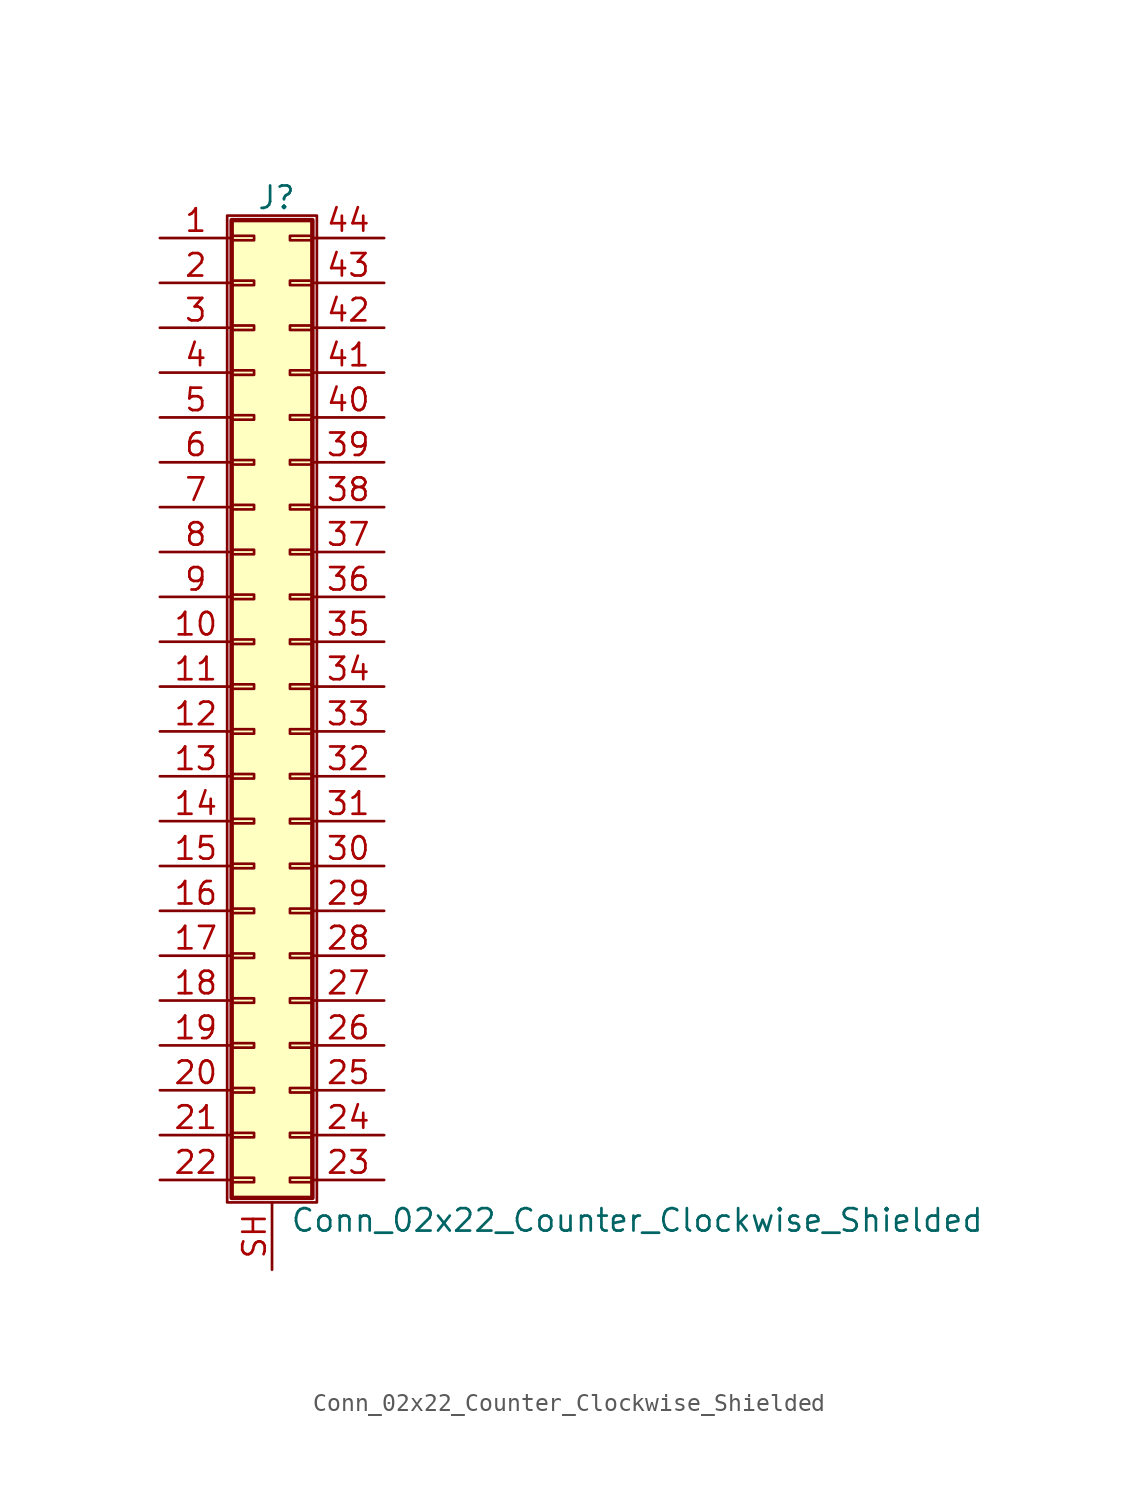
<source format=kicad_sym>
(kicad_symbol_lib
  (version 20201005)
  (generator kicad_symbol_editor)
  (symbol "Conn_02x22_Counter_Clockwise_Shielded"
    (pin_names
      (offset 1.016) hide)
    (property "Reference" "J"
      (at 1.524 27.686 0)
      (effects (font (size 1.27 1.27))))
    (property "Value" "Conn_02x22_Counter_Clockwise_Shielded"
      (at 2.286 -30.226 0)
      (effects (font (size 1.27 1.27)) (justify left)))
    (symbol "Conn_02x22_Counter_Clockwise_Shielded_1_1"
      (rectangle (start -1.27 26.67) (end 3.81 -29.21) (stroke (width 0.152)) (fill (type none)))
      (rectangle (start -1.016 -27.813) (end 0.254 -28.067) (stroke (width 0.152)) (fill (type none)))
      (rectangle (start -1.016 -25.273) (end 0.254 -25.527) (stroke (width 0.152)) (fill (type none)))
      (rectangle (start -1.016 -22.733) (end 0.254 -22.987) (stroke (width 0.152)) (fill (type none)))
      (rectangle (start -1.016 -20.193) (end 0.254 -20.447) (stroke (width 0.152)) (fill (type none)))
      (rectangle (start -1.016 -17.653) (end 0.254 -17.907) (stroke (width 0.152)) (fill (type none)))
      (rectangle (start -1.016 -15.113) (end 0.254 -15.367) (stroke (width 0.152)) (fill (type none)))
      (rectangle (start -1.016 -12.573) (end 0.254 -12.827) (stroke (width 0.152)) (fill (type none)))
      (rectangle (start -1.016 -10.033) (end 0.254 -10.287) (stroke (width 0.152)) (fill (type none)))
      (rectangle (start -1.016 -7.493) (end 0.254 -7.747) (stroke (width 0.152)) (fill (type none)))
      (rectangle (start -1.016 -4.953) (end 0.254 -5.207) (stroke (width 0.152)) (fill (type none)))
      (rectangle (start -1.016 -2.413) (end 0.254 -2.667) (stroke (width 0.152)) (fill (type none)))
      (rectangle (start -1.016 0.127) (end 0.254 -0.127) (stroke (width 0.152)) (fill (type none)))
      (rectangle (start -1.016 2.667) (end 0.254 2.413) (stroke (width 0.152)) (fill (type none)))
      (rectangle (start -1.016 5.207) (end 0.254 4.953) (stroke (width 0.152)) (fill (type none)))
      (rectangle (start -1.016 7.747) (end 0.254 7.493) (stroke (width 0.152)) (fill (type none)))
      (rectangle (start -1.016 10.287) (end 0.254 10.033) (stroke (width 0.152)) (fill (type none)))
      (rectangle (start -1.016 12.827) (end 0.254 12.573) (stroke (width 0.152)) (fill (type none)))
      (rectangle (start -1.016 15.367) (end 0.254 15.113) (stroke (width 0.152)) (fill (type none)))
      (rectangle (start -1.016 17.907) (end 0.254 17.653) (stroke (width 0.152)) (fill (type none)))
      (rectangle (start -1.016 20.447) (end 0.254 20.193) (stroke (width 0.152)) (fill (type none)))
      (rectangle (start -1.016 22.987) (end 0.254 22.733) (stroke (width 0.152)) (fill (type none)))
      (rectangle (start -1.016 25.527) (end 0.254 25.273) (stroke (width 0.152)) (fill (type none)))
      (rectangle (start -1.016 26.416) (end 3.556 -28.956) (stroke (width 0.254)) (fill (type background)))
      (rectangle (start 3.556 -27.813) (end 2.286 -28.067) (stroke (width 0.152)) (fill (type none)))
      (rectangle (start 3.556 -25.273) (end 2.286 -25.527) (stroke (width 0.152)) (fill (type none)))
      (rectangle (start 3.556 -22.733) (end 2.286 -22.987) (stroke (width 0.152)) (fill (type none)))
      (rectangle (start 3.556 -20.193) (end 2.286 -20.447) (stroke (width 0.152)) (fill (type none)))
      (rectangle (start 3.556 -17.653) (end 2.286 -17.907) (stroke (width 0.152)) (fill (type none)))
      (rectangle (start 3.556 -15.113) (end 2.286 -15.367) (stroke (width 0.152)) (fill (type none)))
      (rectangle (start 3.556 -12.573) (end 2.286 -12.827) (stroke (width 0.152)) (fill (type none)))
      (rectangle (start 3.556 -10.033) (end 2.286 -10.287) (stroke (width 0.152)) (fill (type none)))
      (rectangle (start 3.556 -7.493) (end 2.286 -7.747) (stroke (width 0.152)) (fill (type none)))
      (rectangle (start 3.556 -4.953) (end 2.286 -5.207) (stroke (width 0.152)) (fill (type none)))
      (rectangle (start 3.556 -2.413) (end 2.286 -2.667) (stroke (width 0.152)) (fill (type none)))
      (rectangle (start 3.556 0.127) (end 2.286 -0.127) (stroke (width 0.152)) (fill (type none)))
      (rectangle (start 3.556 2.667) (end 2.286 2.413) (stroke (width 0.152)) (fill (type none)))
      (rectangle (start 3.556 5.207) (end 2.286 4.953) (stroke (width 0.152)) (fill (type none)))
      (rectangle (start 3.556 7.747) (end 2.286 7.493) (stroke (width 0.152)) (fill (type none)))
      (rectangle (start 3.556 10.287) (end 2.286 10.033) (stroke (width 0.152)) (fill (type none)))
      (rectangle (start 3.556 12.827) (end 2.286 12.573) (stroke (width 0.152)) (fill (type none)))
      (rectangle (start 3.556 15.367) (end 2.286 15.113) (stroke (width 0.152)) (fill (type none)))
      (rectangle (start 3.556 17.907) (end 2.286 17.653) (stroke (width 0.152)) (fill (type none)))
      (rectangle (start 3.556 20.447) (end 2.286 20.193) (stroke (width 0.152)) (fill (type none)))
      (rectangle (start 3.556 22.987) (end 2.286 22.733) (stroke (width 0.152)) (fill (type none)))
      (rectangle (start 3.556 25.527) (end 2.286 25.273) (stroke (width 0.152)) (fill (type none)))
      (pin passive line (at -5.08 25.4 0) (length 4.064) (name "Pin_1" (effects (font (size 1.27 1.27)))) (number "1" (effects (font (size 1.27 1.27)))))
      (pin passive line (at -5.08 2.54 0) (length 4.064) (name "Pin_10" (effects (font (size 1.27 1.27)))) (number "10" (effects (font (size 1.27 1.27)))))
      (pin passive line (at -5.08 0 0) (length 4.064) (name "Pin_11" (effects (font (size 1.27 1.27)))) (number "11" (effects (font (size 1.27 1.27)))))
      (pin passive line (at -5.08 -2.54 0) (length 4.064) (name "Pin_12" (effects (font (size 1.27 1.27)))) (number "12" (effects (font (size 1.27 1.27)))))
      (pin passive line (at -5.08 -5.08 0) (length 4.064) (name "Pin_13" (effects (font (size 1.27 1.27)))) (number "13" (effects (font (size 1.27 1.27)))))
      (pin passive line (at -5.08 -7.62 0) (length 4.064) (name "Pin_14" (effects (font (size 1.27 1.27)))) (number "14" (effects (font (size 1.27 1.27)))))
      (pin passive line (at -5.08 -10.16 0) (length 4.064) (name "Pin_15" (effects (font (size 1.27 1.27)))) (number "15" (effects (font (size 1.27 1.27)))))
      (pin passive line (at -5.08 -12.7 0) (length 4.064) (name "Pin_16" (effects (font (size 1.27 1.27)))) (number "16" (effects (font (size 1.27 1.27)))))
      (pin passive line (at -5.08 -15.24 0) (length 4.064) (name "Pin_17" (effects (font (size 1.27 1.27)))) (number "17" (effects (font (size 1.27 1.27)))))
      (pin passive line (at -5.08 -17.78 0) (length 4.064) (name "Pin_18" (effects (font (size 1.27 1.27)))) (number "18" (effects (font (size 1.27 1.27)))))
      (pin passive line (at -5.08 -20.32 0) (length 4.064) (name "Pin_19" (effects (font (size 1.27 1.27)))) (number "19" (effects (font (size 1.27 1.27)))))
      (pin passive line (at -5.08 22.86 0) (length 4.064) (name "Pin_2" (effects (font (size 1.27 1.27)))) (number "2" (effects (font (size 1.27 1.27)))))
      (pin passive line (at -5.08 -22.86 0) (length 4.064) (name "Pin_20" (effects (font (size 1.27 1.27)))) (number "20" (effects (font (size 1.27 1.27)))))
      (pin passive line (at -5.08 -25.4 0) (length 4.064) (name "Pin_21" (effects (font (size 1.27 1.27)))) (number "21" (effects (font (size 1.27 1.27)))))
      (pin passive line (at -5.08 -27.94 0) (length 4.064) (name "Pin_22" (effects (font (size 1.27 1.27)))) (number "22" (effects (font (size 1.27 1.27)))))
      (pin passive line (at 7.62 -27.94 180) (length 4.064) (name "Pin_23" (effects (font (size 1.27 1.27)))) (number "23" (effects (font (size 1.27 1.27)))))
      (pin passive line (at 7.62 -25.4 180) (length 4.064) (name "Pin_24" (effects (font (size 1.27 1.27)))) (number "24" (effects (font (size 1.27 1.27)))))
      (pin passive line (at 7.62 -22.86 180) (length 4.064) (name "Pin_25" (effects (font (size 1.27 1.27)))) (number "25" (effects (font (size 1.27 1.27)))))
      (pin passive line (at 7.62 -20.32 180) (length 4.064) (name "Pin_26" (effects (font (size 1.27 1.27)))) (number "26" (effects (font (size 1.27 1.27)))))
      (pin passive line (at 7.62 -17.78 180) (length 4.064) (name "Pin_27" (effects (font (size 1.27 1.27)))) (number "27" (effects (font (size 1.27 1.27)))))
      (pin passive line (at 7.62 -15.24 180) (length 4.064) (name "Pin_28" (effects (font (size 1.27 1.27)))) (number "28" (effects (font (size 1.27 1.27)))))
      (pin passive line (at 7.62 -12.7 180) (length 4.064) (name "Pin_29" (effects (font (size 1.27 1.27)))) (number "29" (effects (font (size 1.27 1.27)))))
      (pin passive line (at -5.08 20.32 0) (length 4.064) (name "Pin_3" (effects (font (size 1.27 1.27)))) (number "3" (effects (font (size 1.27 1.27)))))
      (pin passive line (at 7.62 -10.16 180) (length 4.064) (name "Pin_30" (effects (font (size 1.27 1.27)))) (number "30" (effects (font (size 1.27 1.27)))))
      (pin passive line (at 7.62 -7.62 180) (length 4.064) (name "Pin_31" (effects (font (size 1.27 1.27)))) (number "31" (effects (font (size 1.27 1.27)))))
      (pin passive line (at 7.62 -5.08 180) (length 4.064) (name "Pin_32" (effects (font (size 1.27 1.27)))) (number "32" (effects (font (size 1.27 1.27)))))
      (pin passive line (at 7.62 -2.54 180) (length 4.064) (name "Pin_33" (effects (font (size 1.27 1.27)))) (number "33" (effects (font (size 1.27 1.27)))))
      (pin passive line (at 7.62 0 180) (length 4.064) (name "Pin_34" (effects (font (size 1.27 1.27)))) (number "34" (effects (font (size 1.27 1.27)))))
      (pin passive line (at 7.62 2.54 180) (length 4.064) (name "Pin_35" (effects (font (size 1.27 1.27)))) (number "35" (effects (font (size 1.27 1.27)))))
      (pin passive line (at 7.62 5.08 180) (length 4.064) (name "Pin_36" (effects (font (size 1.27 1.27)))) (number "36" (effects (font (size 1.27 1.27)))))
      (pin passive line (at 7.62 7.62 180) (length 4.064) (name "Pin_37" (effects (font (size 1.27 1.27)))) (number "37" (effects (font (size 1.27 1.27)))))
      (pin passive line (at 7.62 10.16 180) (length 4.064) (name "Pin_38" (effects (font (size 1.27 1.27)))) (number "38" (effects (font (size 1.27 1.27)))))
      (pin passive line (at 7.62 12.7 180) (length 4.064) (name "Pin_39" (effects (font (size 1.27 1.27)))) (number "39" (effects (font (size 1.27 1.27)))))
      (pin passive line (at -5.08 17.78 0) (length 4.064) (name "Pin_4" (effects (font (size 1.27 1.27)))) (number "4" (effects (font (size 1.27 1.27)))))
      (pin passive line (at 7.62 15.24 180) (length 4.064) (name "Pin_40" (effects (font (size 1.27 1.27)))) (number "40" (effects (font (size 1.27 1.27)))))
      (pin passive line (at 7.62 17.78 180) (length 4.064) (name "Pin_41" (effects (font (size 1.27 1.27)))) (number "41" (effects (font (size 1.27 1.27)))))
      (pin passive line (at 7.62 20.32 180) (length 4.064) (name "Pin_42" (effects (font (size 1.27 1.27)))) (number "42" (effects (font (size 1.27 1.27)))))
      (pin passive line (at 7.62 22.86 180) (length 4.064) (name "Pin_43" (effects (font (size 1.27 1.27)))) (number "43" (effects (font (size 1.27 1.27)))))
      (pin passive line (at 7.62 25.4 180) (length 4.064) (name "Pin_44" (effects (font (size 1.27 1.27)))) (number "44" (effects (font (size 1.27 1.27)))))
      (pin passive line (at -5.08 15.24 0) (length 4.064) (name "Pin_5" (effects (font (size 1.27 1.27)))) (number "5" (effects (font (size 1.27 1.27)))))
      (pin passive line (at -5.08 12.7 0) (length 4.064) (name "Pin_6" (effects (font (size 1.27 1.27)))) (number "6" (effects (font (size 1.27 1.27)))))
      (pin passive line (at -5.08 10.16 0) (length 4.064) (name "Pin_7" (effects (font (size 1.27 1.27)))) (number "7" (effects (font (size 1.27 1.27)))))
      (pin passive line (at -5.08 7.62 0) (length 4.064) (name "Pin_8" (effects (font (size 1.27 1.27)))) (number "8" (effects (font (size 1.27 1.27)))))
      (pin passive line (at -5.08 5.08 0) (length 4.064) (name "Pin_9" (effects (font (size 1.27 1.27)))) (number "9" (effects (font (size 1.27 1.27)))))
      (pin passive line (at 1.27 -33.02 90) (length 3.81) (name "Shield" (effects (font (size 1.27 1.27)))) (number "SH" (effects (font (size 1.27 1.27))))))))
</source>
